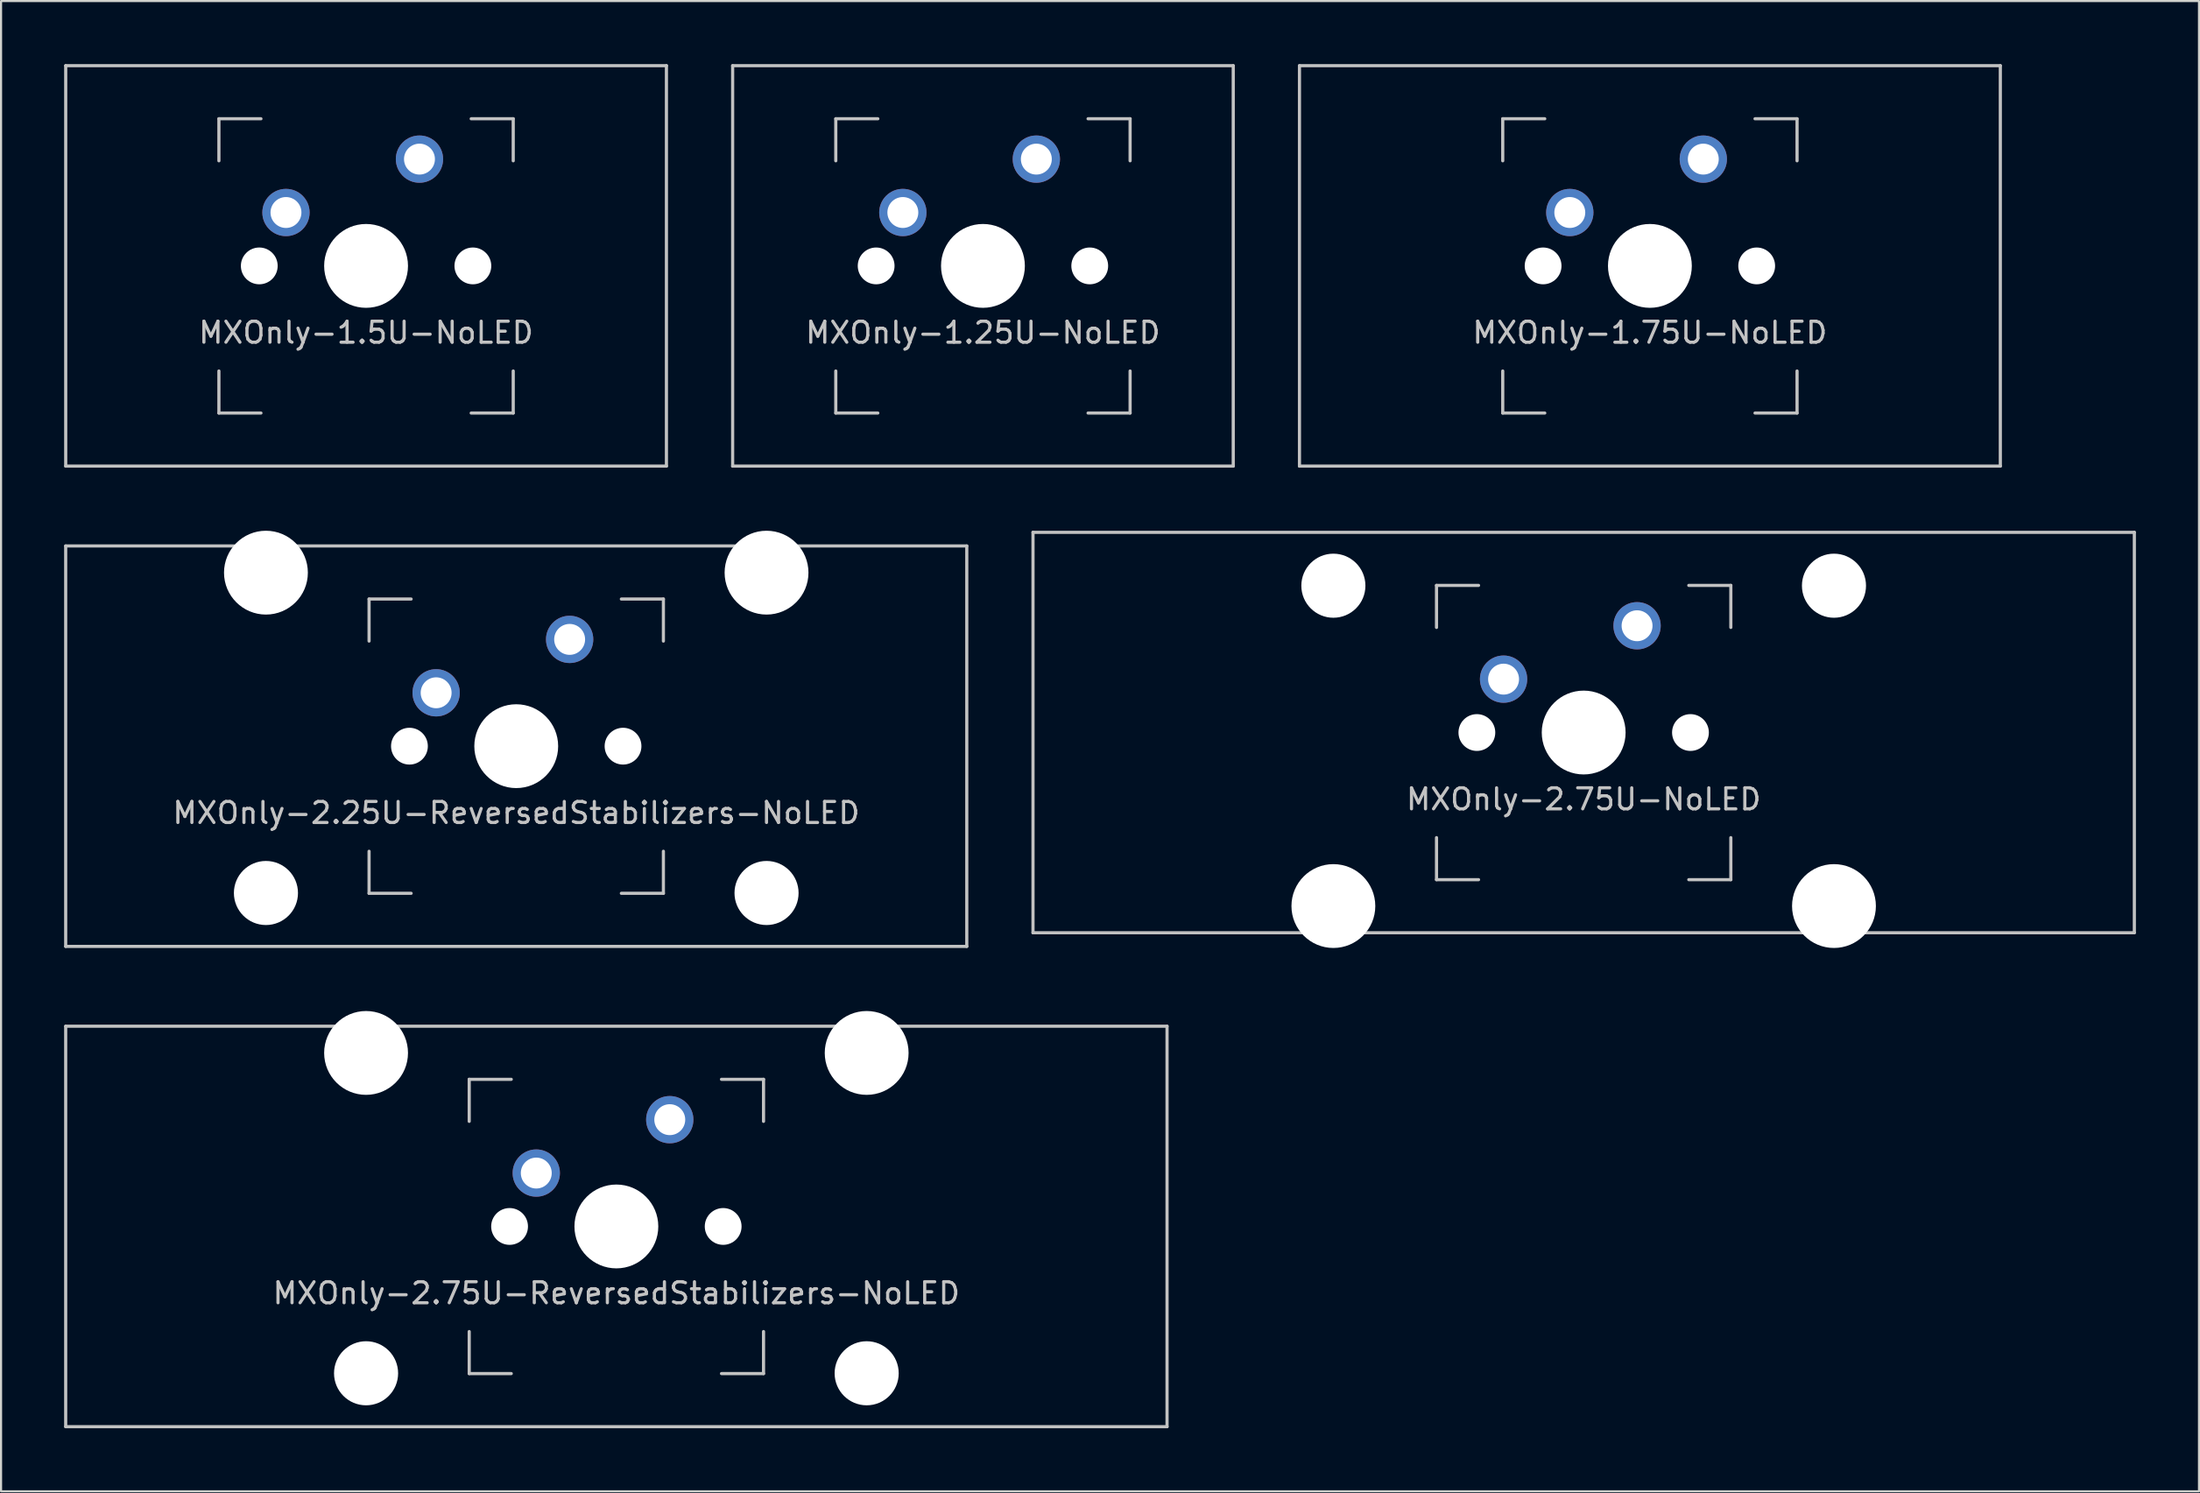
<source format=kicad_pcb>
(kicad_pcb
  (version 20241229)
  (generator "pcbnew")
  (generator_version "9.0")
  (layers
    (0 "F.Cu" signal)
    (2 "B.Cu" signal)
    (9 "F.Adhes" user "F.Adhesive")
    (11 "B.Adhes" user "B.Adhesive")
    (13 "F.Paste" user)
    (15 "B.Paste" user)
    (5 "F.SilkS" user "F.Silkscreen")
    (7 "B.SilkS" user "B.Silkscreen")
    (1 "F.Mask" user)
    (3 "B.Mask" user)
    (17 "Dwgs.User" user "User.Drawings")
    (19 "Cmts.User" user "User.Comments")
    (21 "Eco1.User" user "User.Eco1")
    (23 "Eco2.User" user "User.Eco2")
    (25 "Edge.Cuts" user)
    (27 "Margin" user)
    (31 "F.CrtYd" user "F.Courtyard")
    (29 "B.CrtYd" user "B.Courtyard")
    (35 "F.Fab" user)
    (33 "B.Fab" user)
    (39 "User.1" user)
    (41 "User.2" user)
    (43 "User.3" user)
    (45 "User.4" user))
  (footprint "MXOnly-2.75U-NoLED"
    (layer "F.Cu")
    (at 72.281 31.8)
    (property "Reference" "MXOnly-2.75U-NoLED" (at 0 3.175 0) (layer "Dwgs.User") (effects (font (size 1 1) (thickness 0.15))))
    (attr through_hole)
    (fp_line (start -26.194 -9.525) (end 26.194 -9.525) (stroke (width 0.15) (type solid)) (layer "Dwgs.User"))
    (fp_line (start -26.194 9.525) (end -26.194 -9.525) (stroke (width 0.15) (type solid)) (layer "Dwgs.User"))
    (fp_line (start -26.194 9.525) (end 26.194 9.525) (stroke (width 0.15) (type solid)) (layer "Dwgs.User"))
    (fp_line (start -7 -7) (end -7 -5) (stroke (width 0.15) (type solid)) (layer "Dwgs.User"))
    (fp_line (start -7 5) (end -7 7) (stroke (width 0.15) (type solid)) (layer "Dwgs.User"))
    (fp_line (start -7 7) (end -5 7) (stroke (width 0.15) (type solid)) (layer "Dwgs.User"))
    (fp_line (start -5 -7) (end -7 -7) (stroke (width 0.15) (type solid)) (layer "Dwgs.User"))
    (fp_line (start 5 -7) (end 7 -7) (stroke (width 0.15) (type solid)) (layer "Dwgs.User"))
    (fp_line (start 5 7) (end 7 7) (stroke (width 0.15) (type solid)) (layer "Dwgs.User"))
    (fp_line (start 7 -7) (end 7 -5) (stroke (width 0.15) (type solid)) (layer "Dwgs.User"))
    (fp_line (start 7 7) (end 7 5) (stroke (width 0.15) (type solid)) (layer "Dwgs.User"))
    (fp_line (start 26.194 -9.525) (end 26.194 9.525) (stroke (width 0.15) (type solid)) (layer "Dwgs.User"))
    (pad "" np_thru_hole circle (at -11.906 -6.985) (size 3.048 3.048) (drill 3.048) (layers "*.Cu" "*.Mask"))
    (pad "" np_thru_hole circle (at -11.906 8.255) (size 3.988 3.988) (drill 3.988) (layers "*.Cu" "*.Mask"))
    (pad "" np_thru_hole circle (at -5.08 0 48.1) (size 1.75 1.75) (drill 1.75) (layers "*.Cu" "*.Mask"))
    (pad "" np_thru_hole circle (at 0 0) (size 3.988 3.988) (drill 3.988) (layers "*.Cu" "*.Mask"))
    (pad "" np_thru_hole circle (at 5.08 0 48.1) (size 1.75 1.75) (drill 1.75) (layers "*.Cu" "*.Mask"))
    (pad "" np_thru_hole circle (at 11.906 -6.985) (size 3.048 3.048) (drill 3.048) (layers "*.Cu" "*.Mask"))
    (pad "" np_thru_hole circle (at 11.906 8.255) (size 3.988 3.988) (drill 3.988) (layers "*.Cu" "*.Mask"))
    (pad "1" thru_hole circle (at -3.81 -2.54) (size 2.25 2.25) (drill 1.47) (layers "*.Cu" "*.Mask"))
    (pad "2" thru_hole circle (at 2.54 -5.08) (size 2.25 2.25) (drill 1.47) (layers "*.Cu" "*.Mask")))
  (footprint "MXOnly-1.5U-NoLED"
    (layer "F.Cu")
    (at 14.363 9.6)
    (property "Reference" "MXOnly-1.5U-NoLED" (at 0 3.175 0) (layer "Dwgs.User") (effects (font (size 1 1) (thickness 0.15))))
    (attr through_hole)
    (fp_line (start -14.287 -9.525) (end 14.287 -9.525) (stroke (width 0.15) (type solid)) (layer "Dwgs.User"))
    (fp_line (start -14.287 9.525) (end -14.287 -9.525) (stroke (width 0.15) (type solid)) (layer "Dwgs.User"))
    (fp_line (start -14.287 9.525) (end 14.287 9.525) (stroke (width 0.15) (type solid)) (layer "Dwgs.User"))
    (fp_line (start -7 -7) (end -7 -5) (stroke (width 0.15) (type solid)) (layer "Dwgs.User"))
    (fp_line (start -7 5) (end -7 7) (stroke (width 0.15) (type solid)) (layer "Dwgs.User"))
    (fp_line (start -7 7) (end -5 7) (stroke (width 0.15) (type solid)) (layer "Dwgs.User"))
    (fp_line (start -5 -7) (end -7 -7) (stroke (width 0.15) (type solid)) (layer "Dwgs.User"))
    (fp_line (start 5 -7) (end 7 -7) (stroke (width 0.15) (type solid)) (layer "Dwgs.User"))
    (fp_line (start 5 7) (end 7 7) (stroke (width 0.15) (type solid)) (layer "Dwgs.User"))
    (fp_line (start 7 -7) (end 7 -5) (stroke (width 0.15) (type solid)) (layer "Dwgs.User"))
    (fp_line (start 7 7) (end 7 5) (stroke (width 0.15) (type solid)) (layer "Dwgs.User"))
    (fp_line (start 14.287 -9.525) (end 14.287 9.525) (stroke (width 0.15) (type solid)) (layer "Dwgs.User"))
    (pad "" np_thru_hole circle (at -5.08 0 48.1) (size 1.75 1.75) (drill 1.75) (layers "*.Cu" "*.Mask"))
    (pad "" np_thru_hole circle (at 0 0) (size 3.988 3.988) (drill 3.988) (layers "*.Cu" "*.Mask"))
    (pad "" np_thru_hole circle (at 5.08 0 48.1) (size 1.75 1.75) (drill 1.75) (layers "*.Cu" "*.Mask"))
    (pad "1" thru_hole circle (at -3.81 -2.54) (size 2.25 2.25) (drill 1.47) (layers "*.Cu" "*.Mask"))
    (pad "2" thru_hole circle (at 2.54 -5.08) (size 2.25 2.25) (drill 1.47) (layers "*.Cu" "*.Mask")))
  (footprint "MXOnly-2.75U-ReversedStabilizers-NoLED"
    (layer "F.Cu")
    (at 26.269 55.298)
    (property "Reference" "MXOnly-2.75U-ReversedStabilizers-NoLED" (at 0 3.175 0) (layer "Dwgs.User") (effects (font (size 1 1) (thickness 0.15))))
    (attr through_hole)
    (fp_line (start -26.194 -9.525) (end 26.194 -9.525) (stroke (width 0.15) (type solid)) (layer "Dwgs.User"))
    (fp_line (start -26.194 9.525) (end -26.194 -9.525) (stroke (width 0.15) (type solid)) (layer "Dwgs.User"))
    (fp_line (start -26.194 9.525) (end 26.194 9.525) (stroke (width 0.15) (type solid)) (layer "Dwgs.User"))
    (fp_line (start -7 -7) (end -7 -5) (stroke (width 0.15) (type solid)) (layer "Dwgs.User"))
    (fp_line (start -7 5) (end -7 7) (stroke (width 0.15) (type solid)) (layer "Dwgs.User"))
    (fp_line (start -7 7) (end -5 7) (stroke (width 0.15) (type solid)) (layer "Dwgs.User"))
    (fp_line (start -5 -7) (end -7 -7) (stroke (width 0.15) (type solid)) (layer "Dwgs.User"))
    (fp_line (start 5 -7) (end 7 -7) (stroke (width 0.15) (type solid)) (layer "Dwgs.User"))
    (fp_line (start 5 7) (end 7 7) (stroke (width 0.15) (type solid)) (layer "Dwgs.User"))
    (fp_line (start 7 -7) (end 7 -5) (stroke (width 0.15) (type solid)) (layer "Dwgs.User"))
    (fp_line (start 7 7) (end 7 5) (stroke (width 0.15) (type solid)) (layer "Dwgs.User"))
    (fp_line (start 26.194 -9.525) (end 26.194 9.525) (stroke (width 0.15) (type solid)) (layer "Dwgs.User"))
    (pad "" np_thru_hole circle (at -11.906 -8.255) (size 3.988 3.988) (drill 3.988) (layers "*.Cu" "*.Mask"))
    (pad "" np_thru_hole circle (at -11.906 6.985) (size 3.048 3.048) (drill 3.048) (layers "*.Cu" "*.Mask"))
    (pad "" np_thru_hole circle (at -5.08 0 48.1) (size 1.75 1.75) (drill 1.75) (layers "*.Cu" "*.Mask"))
    (pad "" np_thru_hole circle (at 0 0) (size 3.988 3.988) (drill 3.988) (layers "*.Cu" "*.Mask"))
    (pad "" np_thru_hole circle (at 5.08 0 48.1) (size 1.75 1.75) (drill 1.75) (layers "*.Cu" "*.Mask"))
    (pad "" np_thru_hole circle (at 11.906 -8.255) (size 3.988 3.988) (drill 3.988) (layers "*.Cu" "*.Mask"))
    (pad "" np_thru_hole circle (at 11.906 6.985) (size 3.048 3.048) (drill 3.048) (layers "*.Cu" "*.Mask"))
    (pad "1" thru_hole circle (at -3.81 -2.54) (size 2.25 2.25) (drill 1.47) (layers "*.Cu" "*.Mask"))
    (pad "2" thru_hole circle (at 2.54 -5.08) (size 2.25 2.25) (drill 1.47) (layers "*.Cu" "*.Mask")))
  (footprint "MXOnly-1.75U-NoLED"
    (layer "F.Cu")
    (at 75.431 9.6)
    (property "Reference" "MXOnly-1.75U-NoLED" (at 0 3.175 0) (layer "Dwgs.User") (effects (font (size 1 1) (thickness 0.15))))
    (attr through_hole)
    (fp_line (start -16.669 -9.525) (end 16.669 -9.525) (stroke (width 0.15) (type solid)) (layer "Dwgs.User"))
    (fp_line (start -16.669 9.525) (end -16.669 -9.525) (stroke (width 0.15) (type solid)) (layer "Dwgs.User"))
    (fp_line (start -16.669 9.525) (end 16.669 9.525) (stroke (width 0.15) (type solid)) (layer "Dwgs.User"))
    (fp_line (start -7 -7) (end -7 -5) (stroke (width 0.15) (type solid)) (layer "Dwgs.User"))
    (fp_line (start -7 5) (end -7 7) (stroke (width 0.15) (type solid)) (layer "Dwgs.User"))
    (fp_line (start -7 7) (end -5 7) (stroke (width 0.15) (type solid)) (layer "Dwgs.User"))
    (fp_line (start -5 -7) (end -7 -7) (stroke (width 0.15) (type solid)) (layer "Dwgs.User"))
    (fp_line (start 5 -7) (end 7 -7) (stroke (width 0.15) (type solid)) (layer "Dwgs.User"))
    (fp_line (start 5 7) (end 7 7) (stroke (width 0.15) (type solid)) (layer "Dwgs.User"))
    (fp_line (start 7 -7) (end 7 -5) (stroke (width 0.15) (type solid)) (layer "Dwgs.User"))
    (fp_line (start 7 7) (end 7 5) (stroke (width 0.15) (type solid)) (layer "Dwgs.User"))
    (fp_line (start 16.669 -9.525) (end 16.669 9.525) (stroke (width 0.15) (type solid)) (layer "Dwgs.User"))
    (pad "" np_thru_hole circle (at -5.08 0 48.1) (size 1.75 1.75) (drill 1.75) (layers "*.Cu" "*.Mask"))
    (pad "" np_thru_hole circle (at 0 0) (size 3.988 3.988) (drill 3.988) (layers "*.Cu" "*.Mask"))
    (pad "" np_thru_hole circle (at 5.08 0 48.1) (size 1.75 1.75) (drill 1.75) (layers "*.Cu" "*.Mask"))
    (pad "1" thru_hole circle (at -3.81 -2.54) (size 2.25 2.25) (drill 1.47) (layers "*.Cu" "*.Mask"))
    (pad "2" thru_hole circle (at 2.54 -5.08) (size 2.25 2.25) (drill 1.47) (layers "*.Cu" "*.Mask")))
  (footprint "MXOnly-2.25U-ReversedStabilizers-NoLED"
    (layer "F.Cu")
    (at 21.506 32.449)
    (property "Reference" "MXOnly-2.25U-ReversedStabilizers-NoLED" (at 0 3.175 0) (layer "Dwgs.User") (effects (font (size 1 1) (thickness 0.15))))
    (attr through_hole)
    (fp_line (start -21.431 -9.525) (end 21.431 -9.525) (stroke (width 0.15) (type solid)) (layer "Dwgs.User"))
    (fp_line (start -21.431 9.525) (end -21.431 -9.525) (stroke (width 0.15) (type solid)) (layer "Dwgs.User"))
    (fp_line (start -21.431 9.525) (end 21.431 9.525) (stroke (width 0.15) (type solid)) (layer "Dwgs.User"))
    (fp_line (start -7 -7) (end -7 -5) (stroke (width 0.15) (type solid)) (layer "Dwgs.User"))
    (fp_line (start -7 5) (end -7 7) (stroke (width 0.15) (type solid)) (layer "Dwgs.User"))
    (fp_line (start -7 7) (end -5 7) (stroke (width 0.15) (type solid)) (layer "Dwgs.User"))
    (fp_line (start -5 -7) (end -7 -7) (stroke (width 0.15) (type solid)) (layer "Dwgs.User"))
    (fp_line (start 5 -7) (end 7 -7) (stroke (width 0.15) (type solid)) (layer "Dwgs.User"))
    (fp_line (start 5 7) (end 7 7) (stroke (width 0.15) (type solid)) (layer "Dwgs.User"))
    (fp_line (start 7 -7) (end 7 -5) (stroke (width 0.15) (type solid)) (layer "Dwgs.User"))
    (fp_line (start 7 7) (end 7 5) (stroke (width 0.15) (type solid)) (layer "Dwgs.User"))
    (fp_line (start 21.431 -9.525) (end 21.431 9.525) (stroke (width 0.15) (type solid)) (layer "Dwgs.User"))
    (pad "" np_thru_hole circle (at -11.906 -8.255) (size 3.988 3.988) (drill 3.988) (layers "*.Cu" "*.Mask"))
    (pad "" np_thru_hole circle (at -11.906 6.985) (size 3.048 3.048) (drill 3.048) (layers "*.Cu" "*.Mask"))
    (pad "" np_thru_hole circle (at -5.08 0 48.1) (size 1.75 1.75) (drill 1.75) (layers "*.Cu" "*.Mask"))
    (pad "" np_thru_hole circle (at 0 0) (size 3.988 3.988) (drill 3.988) (layers "*.Cu" "*.Mask"))
    (pad "" np_thru_hole circle (at 5.08 0 48.1) (size 1.75 1.75) (drill 1.75) (layers "*.Cu" "*.Mask"))
    (pad "" np_thru_hole circle (at 11.906 -8.255) (size 3.988 3.988) (drill 3.988) (layers "*.Cu" "*.Mask"))
    (pad "" np_thru_hole circle (at 11.906 6.985) (size 3.048 3.048) (drill 3.048) (layers "*.Cu" "*.Mask"))
    (pad "1" thru_hole circle (at -3.81 -2.54) (size 2.25 2.25) (drill 1.47) (layers "*.Cu" "*.Mask"))
    (pad "2" thru_hole circle (at 2.54 -5.08) (size 2.25 2.25) (drill 1.47) (layers "*.Cu" "*.Mask")))
  (footprint "MXOnly-1.25U-NoLED"
    (layer "F.Cu")
    (at 43.706 9.6)
    (property "Reference" "MXOnly-1.25U-NoLED" (at 0 3.175 0) (layer "Dwgs.User") (effects (font (size 1 1) (thickness 0.15))))
    (attr through_hole)
    (fp_line (start -11.906 -9.525) (end 11.906 -9.525) (stroke (width 0.15) (type solid)) (layer "Dwgs.User"))
    (fp_line (start -11.906 9.525) (end -11.906 -9.525) (stroke (width 0.15) (type solid)) (layer "Dwgs.User"))
    (fp_line (start -11.906 9.525) (end 11.906 9.525) (stroke (width 0.15) (type solid)) (layer "Dwgs.User"))
    (fp_line (start -7 -7) (end -7 -5) (stroke (width 0.15) (type solid)) (layer "Dwgs.User"))
    (fp_line (start -7 5) (end -7 7) (stroke (width 0.15) (type solid)) (layer "Dwgs.User"))
    (fp_line (start -7 7) (end -5 7) (stroke (width 0.15) (type solid)) (layer "Dwgs.User"))
    (fp_line (start -5 -7) (end -7 -7) (stroke (width 0.15) (type solid)) (layer "Dwgs.User"))
    (fp_line (start 5 -7) (end 7 -7) (stroke (width 0.15) (type solid)) (layer "Dwgs.User"))
    (fp_line (start 5 7) (end 7 7) (stroke (width 0.15) (type solid)) (layer "Dwgs.User"))
    (fp_line (start 7 -7) (end 7 -5) (stroke (width 0.15) (type solid)) (layer "Dwgs.User"))
    (fp_line (start 7 7) (end 7 5) (stroke (width 0.15) (type solid)) (layer "Dwgs.User"))
    (fp_line (start 11.906 -9.525) (end 11.906 9.525) (stroke (width 0.15) (type solid)) (layer "Dwgs.User"))
    (pad "" np_thru_hole circle (at -5.08 0 48.1) (size 1.75 1.75) (drill 1.75) (layers "*.Cu" "*.Mask"))
    (pad "" np_thru_hole circle (at 0 0) (size 3.988 3.988) (drill 3.988) (layers "*.Cu" "*.Mask"))
    (pad "" np_thru_hole circle (at 5.08 0 48.1) (size 1.75 1.75) (drill 1.75) (layers "*.Cu" "*.Mask"))
    (pad "1" thru_hole circle (at -3.81 -2.54) (size 2.25 2.25) (drill 1.47) (layers "*.Cu" "*.Mask"))
    (pad "2" thru_hole circle (at 2.54 -5.08) (size 2.25 2.25) (drill 1.47) (layers "*.Cu" "*.Mask")))
  (gr_rect
    (start -3 -3)
    (end 101.55 67.898)
    (stroke (width 0.1) (type default))
    (fill no)
    (layer "Edge.Cuts")))
</source>
